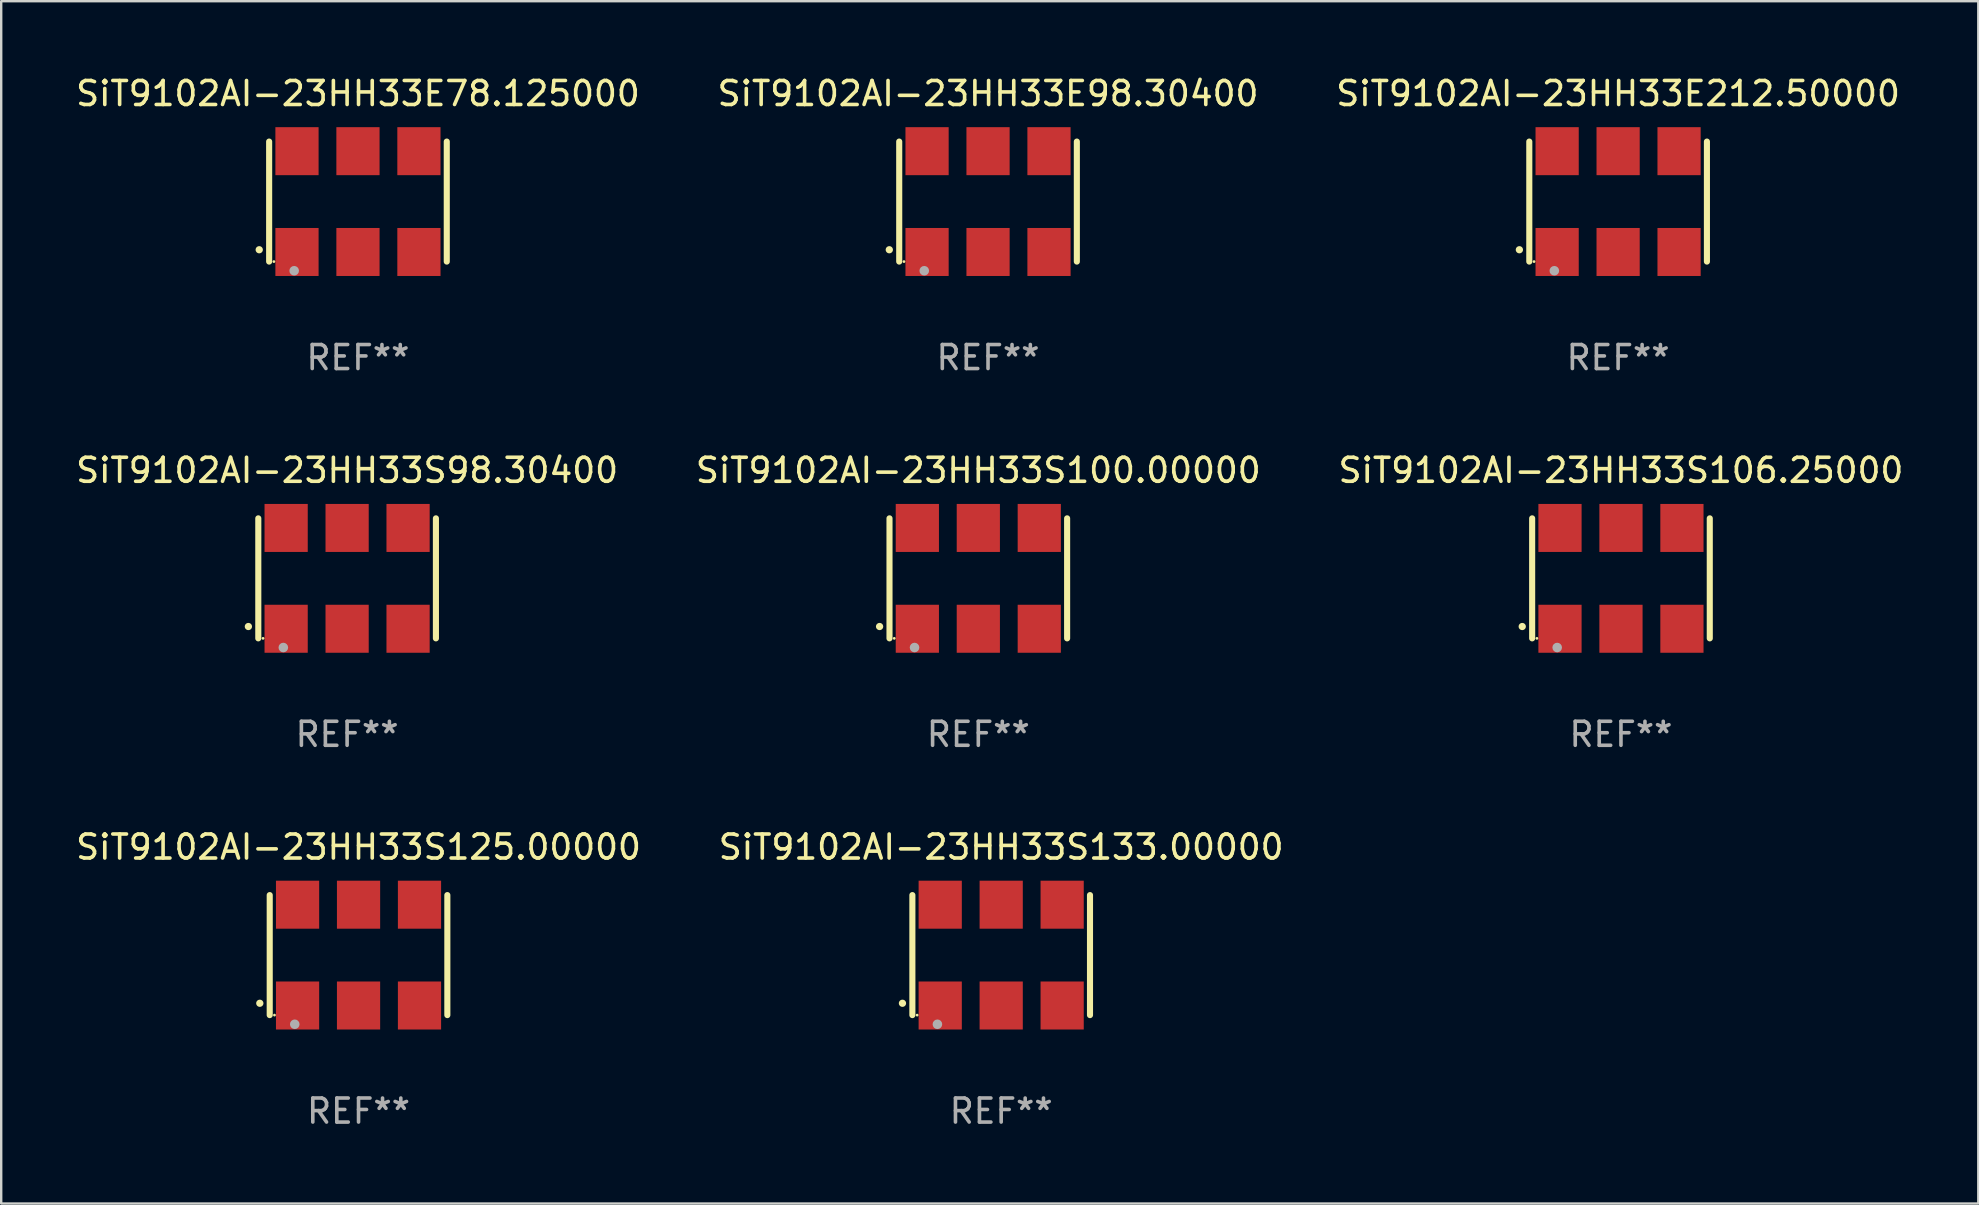
<source format=kicad_pcb>
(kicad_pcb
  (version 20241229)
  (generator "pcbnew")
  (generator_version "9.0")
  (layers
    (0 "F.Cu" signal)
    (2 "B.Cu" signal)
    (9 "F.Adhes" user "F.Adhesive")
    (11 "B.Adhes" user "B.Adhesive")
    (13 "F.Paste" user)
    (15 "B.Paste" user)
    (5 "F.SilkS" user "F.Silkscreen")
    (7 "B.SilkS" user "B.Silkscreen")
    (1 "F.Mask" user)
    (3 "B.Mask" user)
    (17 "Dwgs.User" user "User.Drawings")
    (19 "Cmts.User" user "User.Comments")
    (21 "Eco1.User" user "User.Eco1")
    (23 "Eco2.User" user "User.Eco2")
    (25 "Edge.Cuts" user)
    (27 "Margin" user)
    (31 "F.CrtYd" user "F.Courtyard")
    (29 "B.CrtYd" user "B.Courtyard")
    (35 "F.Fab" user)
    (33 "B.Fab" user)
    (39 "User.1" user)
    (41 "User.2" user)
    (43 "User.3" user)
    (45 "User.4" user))
  (footprint "SiT9102AI-23HH33S98.30400"
    (layer "F.Cu")
    (at 11.411 21.045)
    (property "Reference" "SiT9102AI-23HH33S98.30400" (at 0 -4.5 0) (layer "F.SilkS") (effects (font (size 1 1) (thickness 0.15))))
    (attr through_hole)
    (fp_line (start -3.7 -2.5) (end -3.7 2.5) (stroke (width 0.254) (type solid)) (layer "F.SilkS"))
    (fp_line (start 3.7 -2.5) (end 3.7 2.5) (stroke (width 0.254) (type solid)) (layer "F.SilkS"))
    (fp_arc (start -4.114415 2.006604) (mid -4.113145 2.006599) (end -4.111875 2.006604) (stroke (width 0.3) (type solid)) (layer "F.SilkS"))
    (fp_circle (center -3.502 2.5) (end -3.472 2.5) (stroke (width 0.06) (type solid)) (fill no) (layer "F.SilkS"))
    (fp_circle (center -2.657 2.882) (end -2.557 2.882) (stroke (width 0.2) (type solid)) (fill no) (layer "F.Fab"))
    (fp_text user "REF**" (at 0 6.5 0) (layer "F.Fab") (effects (font (size 1 1) (thickness 0.15))))
    (pad "1" smd rect (at -2.54 2.1) (size 1.8 2) (layers "F.Cu" "F.Mask" "F.Paste"))
    (pad "2" smd rect (at 0.000394 2.1) (size 1.8 2) (layers "F.Cu" "F.Mask" "F.Paste"))
    (pad "3" smd rect (at 2.54 2.1) (size 1.8 2) (layers "F.Cu" "F.Mask" "F.Paste"))
    (pad "4" smd rect (at 2.54 -2.1) (size 1.8 2) (layers "F.Cu" "F.Mask" "F.Paste"))
    (pad "5" smd rect (at 0.000394 -2.1) (size 1.8 2) (layers "F.Cu" "F.Mask" "F.Paste"))
    (pad "6" smd rect (at -2.54 -2.1) (size 1.8 2) (layers "F.Cu" "F.Mask" "F.Paste")))
  (footprint "SiT9102AI-23HH33S125.00000"
    (layer "F.Cu")
    (at 11.887 36.741)
    (property "Reference" "SiT9102AI-23HH33S125.00000" (at 0 -4.5 0) (layer "F.SilkS") (effects (font (size 1 1) (thickness 0.15))))
    (attr through_hole)
    (fp_line (start -3.7 -2.5) (end -3.7 2.5) (stroke (width 0.254) (type solid)) (layer "F.SilkS"))
    (fp_line (start 3.7 -2.5) (end 3.7 2.5) (stroke (width 0.254) (type solid)) (layer "F.SilkS"))
    (fp_arc (start -4.114415 2.006604) (mid -4.113145 2.006599) (end -4.111875 2.006604) (stroke (width 0.3) (type solid)) (layer "F.SilkS"))
    (fp_circle (center -3.502 2.5) (end -3.472 2.5) (stroke (width 0.06) (type solid)) (fill no) (layer "F.SilkS"))
    (fp_circle (center -2.657 2.882) (end -2.557 2.882) (stroke (width 0.2) (type solid)) (fill no) (layer "F.Fab"))
    (fp_text user "REF**" (at 0 6.5 0) (layer "F.Fab") (effects (font (size 1 1) (thickness 0.15))))
    (pad "1" smd rect (at -2.54 2.1) (size 1.8 2) (layers "F.Cu" "F.Mask" "F.Paste"))
    (pad "2" smd rect (at 0.000394 2.1) (size 1.8 2) (layers "F.Cu" "F.Mask" "F.Paste"))
    (pad "3" smd rect (at 2.54 2.1) (size 1.8 2) (layers "F.Cu" "F.Mask" "F.Paste"))
    (pad "4" smd rect (at 2.54 -2.1) (size 1.8 2) (layers "F.Cu" "F.Mask" "F.Paste"))
    (pad "5" smd rect (at 0.000394 -2.1) (size 1.8 2) (layers "F.Cu" "F.Mask" "F.Paste"))
    (pad "6" smd rect (at -2.54 -2.1) (size 1.8 2) (layers "F.Cu" "F.Mask" "F.Paste")))
  (footprint "SiT9102AI-23HH33E78.125000"
    (layer "F.Cu")
    (at 11.863 5.348)
    (property "Reference" "SiT9102AI-23HH33E78.125000" (at 0 -4.5 0) (layer "F.SilkS") (effects (font (size 1 1) (thickness 0.15))))
    (attr through_hole)
    (fp_line (start -3.7 -2.5) (end -3.7 2.5) (stroke (width 0.254) (type solid)) (layer "F.SilkS"))
    (fp_line (start 3.7 -2.5) (end 3.7 2.5) (stroke (width 0.254) (type solid)) (layer "F.SilkS"))
    (fp_arc (start -4.114415 2.006604) (mid -4.113145 2.006599) (end -4.111875 2.006604) (stroke (width 0.3) (type solid)) (layer "F.SilkS"))
    (fp_circle (center -3.502 2.5) (end -3.472 2.5) (stroke (width 0.06) (type solid)) (fill no) (layer "F.SilkS"))
    (fp_circle (center -2.657 2.882) (end -2.557 2.882) (stroke (width 0.2) (type solid)) (fill no) (layer "F.Fab"))
    (fp_text user "REF**" (at 0 6.5 0) (layer "F.Fab") (effects (font (size 1 1) (thickness 0.15))))
    (pad "1" smd rect (at -2.54 2.1) (size 1.8 2) (layers "F.Cu" "F.Mask" "F.Paste"))
    (pad "2" smd rect (at 0.000394 2.1) (size 1.8 2) (layers "F.Cu" "F.Mask" "F.Paste"))
    (pad "3" smd rect (at 2.54 2.1) (size 1.8 2) (layers "F.Cu" "F.Mask" "F.Paste"))
    (pad "4" smd rect (at 2.54 -2.1) (size 1.8 2) (layers "F.Cu" "F.Mask" "F.Paste"))
    (pad "5" smd rect (at 0.000394 -2.1) (size 1.8 2) (layers "F.Cu" "F.Mask" "F.Paste"))
    (pad "6" smd rect (at -2.54 -2.1) (size 1.8 2) (layers "F.Cu" "F.Mask" "F.Paste")))
  (footprint "SiT9102AI-23HH33S133.00000"
    (layer "F.Cu")
    (at 38.661 36.741)
    (property "Reference" "SiT9102AI-23HH33S133.00000" (at 0 -4.5 0) (layer "F.SilkS") (effects (font (size 1 1) (thickness 0.15))))
    (attr through_hole)
    (fp_line (start -3.7 -2.5) (end -3.7 2.5) (stroke (width 0.254) (type solid)) (layer "F.SilkS"))
    (fp_line (start 3.7 -2.5) (end 3.7 2.5) (stroke (width 0.254) (type solid)) (layer "F.SilkS"))
    (fp_arc (start -4.114415 2.006604) (mid -4.113145 2.006599) (end -4.111875 2.006604) (stroke (width 0.3) (type solid)) (layer "F.SilkS"))
    (fp_circle (center -3.502 2.5) (end -3.472 2.5) (stroke (width 0.06) (type solid)) (fill no) (layer "F.SilkS"))
    (fp_circle (center -2.657 2.882) (end -2.557 2.882) (stroke (width 0.2) (type solid)) (fill no) (layer "F.Fab"))
    (fp_text user "REF**" (at 0 6.5 0) (layer "F.Fab") (effects (font (size 1 1) (thickness 0.15))))
    (pad "1" smd rect (at -2.54 2.1) (size 1.8 2) (layers "F.Cu" "F.Mask" "F.Paste"))
    (pad "2" smd rect (at 0.000394 2.1) (size 1.8 2) (layers "F.Cu" "F.Mask" "F.Paste"))
    (pad "3" smd rect (at 2.54 2.1) (size 1.8 2) (layers "F.Cu" "F.Mask" "F.Paste"))
    (pad "4" smd rect (at 2.54 -2.1) (size 1.8 2) (layers "F.Cu" "F.Mask" "F.Paste"))
    (pad "5" smd rect (at 0.000394 -2.1) (size 1.8 2) (layers "F.Cu" "F.Mask" "F.Paste"))
    (pad "6" smd rect (at -2.54 -2.1) (size 1.8 2) (layers "F.Cu" "F.Mask" "F.Paste")))
  (footprint "SiT9102AI-23HH33S106.25000"
    (layer "F.Cu")
    (at 64.482 21.045)
    (property "Reference" "SiT9102AI-23HH33S106.25000" (at 0 -4.5 0) (layer "F.SilkS") (effects (font (size 1 1) (thickness 0.15))))
    (attr through_hole)
    (fp_line (start -3.7 -2.5) (end -3.7 2.5) (stroke (width 0.254) (type solid)) (layer "F.SilkS"))
    (fp_line (start 3.7 -2.5) (end 3.7 2.5) (stroke (width 0.254) (type solid)) (layer "F.SilkS"))
    (fp_arc (start -4.114415 2.006604) (mid -4.113145 2.006599) (end -4.111875 2.006604) (stroke (width 0.3) (type solid)) (layer "F.SilkS"))
    (fp_circle (center -3.502 2.5) (end -3.472 2.5) (stroke (width 0.06) (type solid)) (fill no) (layer "F.SilkS"))
    (fp_circle (center -2.657 2.882) (end -2.557 2.882) (stroke (width 0.2) (type solid)) (fill no) (layer "F.Fab"))
    (fp_text user "REF**" (at 0 6.5 0) (layer "F.Fab") (effects (font (size 1 1) (thickness 0.15))))
    (pad "1" smd rect (at -2.54 2.1) (size 1.8 2) (layers "F.Cu" "F.Mask" "F.Paste"))
    (pad "2" smd rect (at 0.000394 2.1) (size 1.8 2) (layers "F.Cu" "F.Mask" "F.Paste"))
    (pad "3" smd rect (at 2.54 2.1) (size 1.8 2) (layers "F.Cu" "F.Mask" "F.Paste"))
    (pad "4" smd rect (at 2.54 -2.1) (size 1.8 2) (layers "F.Cu" "F.Mask" "F.Paste"))
    (pad "5" smd rect (at 0.000394 -2.1) (size 1.8 2) (layers "F.Cu" "F.Mask" "F.Paste"))
    (pad "6" smd rect (at -2.54 -2.1) (size 1.8 2) (layers "F.Cu" "F.Mask" "F.Paste")))
  (footprint "SiT9102AI-23HH33S100.00000"
    (layer "F.Cu")
    (at 37.708 21.045)
    (property "Reference" "SiT9102AI-23HH33S100.00000" (at 0 -4.5 0) (layer "F.SilkS") (effects (font (size 1 1) (thickness 0.15))))
    (attr through_hole)
    (fp_line (start -3.7 -2.5) (end -3.7 2.5) (stroke (width 0.254) (type solid)) (layer "F.SilkS"))
    (fp_line (start 3.7 -2.5) (end 3.7 2.5) (stroke (width 0.254) (type solid)) (layer "F.SilkS"))
    (fp_arc (start -4.114415 2.006604) (mid -4.113145 2.006599) (end -4.111875 2.006604) (stroke (width 0.3) (type solid)) (layer "F.SilkS"))
    (fp_circle (center -3.502 2.5) (end -3.472 2.5) (stroke (width 0.06) (type solid)) (fill no) (layer "F.SilkS"))
    (fp_circle (center -2.657 2.882) (end -2.557 2.882) (stroke (width 0.2) (type solid)) (fill no) (layer "F.Fab"))
    (fp_text user "REF**" (at 0 6.5 0) (layer "F.Fab") (effects (font (size 1 1) (thickness 0.15))))
    (pad "1" smd rect (at -2.54 2.1) (size 1.8 2) (layers "F.Cu" "F.Mask" "F.Paste"))
    (pad "2" smd rect (at 0.000394 2.1) (size 1.8 2) (layers "F.Cu" "F.Mask" "F.Paste"))
    (pad "3" smd rect (at 2.54 2.1) (size 1.8 2) (layers "F.Cu" "F.Mask" "F.Paste"))
    (pad "4" smd rect (at 2.54 -2.1) (size 1.8 2) (layers "F.Cu" "F.Mask" "F.Paste"))
    (pad "5" smd rect (at 0.000394 -2.1) (size 1.8 2) (layers "F.Cu" "F.Mask" "F.Paste"))
    (pad "6" smd rect (at -2.54 -2.1) (size 1.8 2) (layers "F.Cu" "F.Mask" "F.Paste")))
  (footprint "SiT9102AI-23HH33E98.30400"
    (layer "F.Cu")
    (at 38.113 5.348)
    (property "Reference" "SiT9102AI-23HH33E98.30400" (at 0 -4.5 0) (layer "F.SilkS") (effects (font (size 1 1) (thickness 0.15))))
    (attr through_hole)
    (fp_line (start -3.7 -2.5) (end -3.7 2.5) (stroke (width 0.254) (type solid)) (layer "F.SilkS"))
    (fp_line (start 3.7 -2.5) (end 3.7 2.5) (stroke (width 0.254) (type solid)) (layer "F.SilkS"))
    (fp_arc (start -4.114415 2.006604) (mid -4.113145 2.006599) (end -4.111875 2.006604) (stroke (width 0.3) (type solid)) (layer "F.SilkS"))
    (fp_circle (center -3.502 2.5) (end -3.472 2.5) (stroke (width 0.06) (type solid)) (fill no) (layer "F.SilkS"))
    (fp_circle (center -2.657 2.882) (end -2.557 2.882) (stroke (width 0.2) (type solid)) (fill no) (layer "F.Fab"))
    (fp_text user "REF**" (at 0 6.5 0) (layer "F.Fab") (effects (font (size 1 1) (thickness 0.15))))
    (pad "1" smd rect (at -2.54 2.1) (size 1.8 2) (layers "F.Cu" "F.Mask" "F.Paste"))
    (pad "2" smd rect (at 0.000394 2.1) (size 1.8 2) (layers "F.Cu" "F.Mask" "F.Paste"))
    (pad "3" smd rect (at 2.54 2.1) (size 1.8 2) (layers "F.Cu" "F.Mask" "F.Paste"))
    (pad "4" smd rect (at 2.54 -2.1) (size 1.8 2) (layers "F.Cu" "F.Mask" "F.Paste"))
    (pad "5" smd rect (at 0.000394 -2.1) (size 1.8 2) (layers "F.Cu" "F.Mask" "F.Paste"))
    (pad "6" smd rect (at -2.54 -2.1) (size 1.8 2) (layers "F.Cu" "F.Mask" "F.Paste")))
  (footprint "SiT9102AI-23HH33E212.50000"
    (layer "F.Cu")
    (at 64.363 5.348)
    (property "Reference" "SiT9102AI-23HH33E212.50000" (at 0 -4.5 0) (layer "F.SilkS") (effects (font (size 1 1) (thickness 0.15))))
    (attr through_hole)
    (fp_line (start -3.7 -2.5) (end -3.7 2.5) (stroke (width 0.254) (type solid)) (layer "F.SilkS"))
    (fp_line (start 3.7 -2.5) (end 3.7 2.5) (stroke (width 0.254) (type solid)) (layer "F.SilkS"))
    (fp_arc (start -4.114415 2.006604) (mid -4.113145 2.006599) (end -4.111875 2.006604) (stroke (width 0.3) (type solid)) (layer "F.SilkS"))
    (fp_circle (center -3.502 2.5) (end -3.472 2.5) (stroke (width 0.06) (type solid)) (fill no) (layer "F.SilkS"))
    (fp_circle (center -2.657 2.882) (end -2.557 2.882) (stroke (width 0.2) (type solid)) (fill no) (layer "F.Fab"))
    (fp_text user "REF**" (at 0 6.5 0) (layer "F.Fab") (effects (font (size 1 1) (thickness 0.15))))
    (pad "1" smd rect (at -2.54 2.1) (size 1.8 2) (layers "F.Cu" "F.Mask" "F.Paste"))
    (pad "2" smd rect (at 0.000394 2.1) (size 1.8 2) (layers "F.Cu" "F.Mask" "F.Paste"))
    (pad "3" smd rect (at 2.54 2.1) (size 1.8 2) (layers "F.Cu" "F.Mask" "F.Paste"))
    (pad "4" smd rect (at 2.54 -2.1) (size 1.8 2) (layers "F.Cu" "F.Mask" "F.Paste"))
    (pad "5" smd rect (at 0.000394 -2.1) (size 1.8 2) (layers "F.Cu" "F.Mask" "F.Paste"))
    (pad "6" smd rect (at -2.54 -2.1) (size 1.8 2) (layers "F.Cu" "F.Mask" "F.Paste")))
  (gr_rect
    (start -3 -3)
    (end 79.369 47.09)
    (stroke (width 0.1) (type default))
    (fill no)
    (layer "Edge.Cuts")))
</source>
